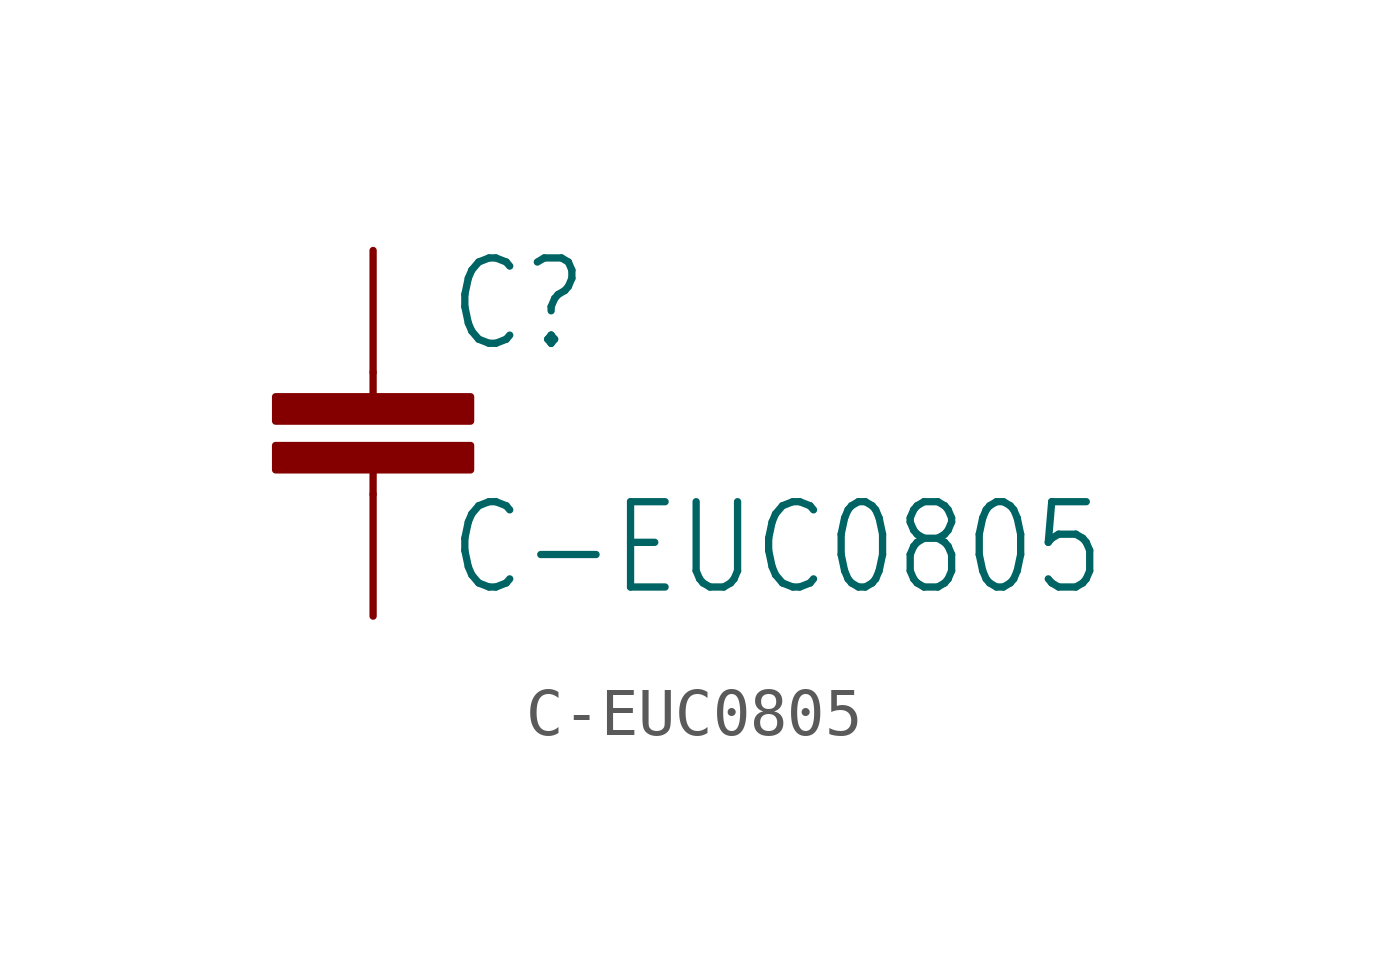
<source format=kicad_sym>
(kicad_symbol_lib
  (version 20211014)
  (generator kicad_symbol_editor)
  (symbol "C-EUC0805"
    (property "Reference" "C"
      (at 1.524 0.381 0)
      (effects (font (size 1.778 1.511)) (justify left bottom)))
    (property "Value" "C-EUC0805"
      (at 1.524 -4.699 0)
      (effects (font (size 1.778 1.511)) (justify left bottom)))
    (property "ki_locked" ""
      (at 0 0 0)
      (effects (font (size 1.27 1.27))))
    (symbol "C-EUC0805_1_0"
      (rectangle (start -2.032 -2.032) (end 2.032 -1.524) (stroke (width 0) (type default) (color 0 0 0 0)) (fill (type outline)))
      (rectangle (start -2.032 -1.016) (end 2.032 -0.508) (stroke (width 0) (type default) (color 0 0 0 0)) (fill (type outline)))
      (polyline (pts (xy 0 -2.54) (xy 0 -2.032)) (stroke (width 0.152) (type default) (color 0 0 0 0)) (fill (type none)))
      (polyline (pts (xy 0 0) (xy 0 -0.508)) (stroke (width 0.152) (type default) (color 0 0 0 0)) (fill (type none)))
      (pin passive line (at 0 2.54 270) (length 2.54) (name "1" (effects (font (size 0 0)))) (number "1" (effects (font (size 0 0)))))
      (pin passive line (at 0 -5.08 90) (length 2.54) (name "2" (effects (font (size 0 0)))) (number "2" (effects (font (size 0 0))))))))
</source>
